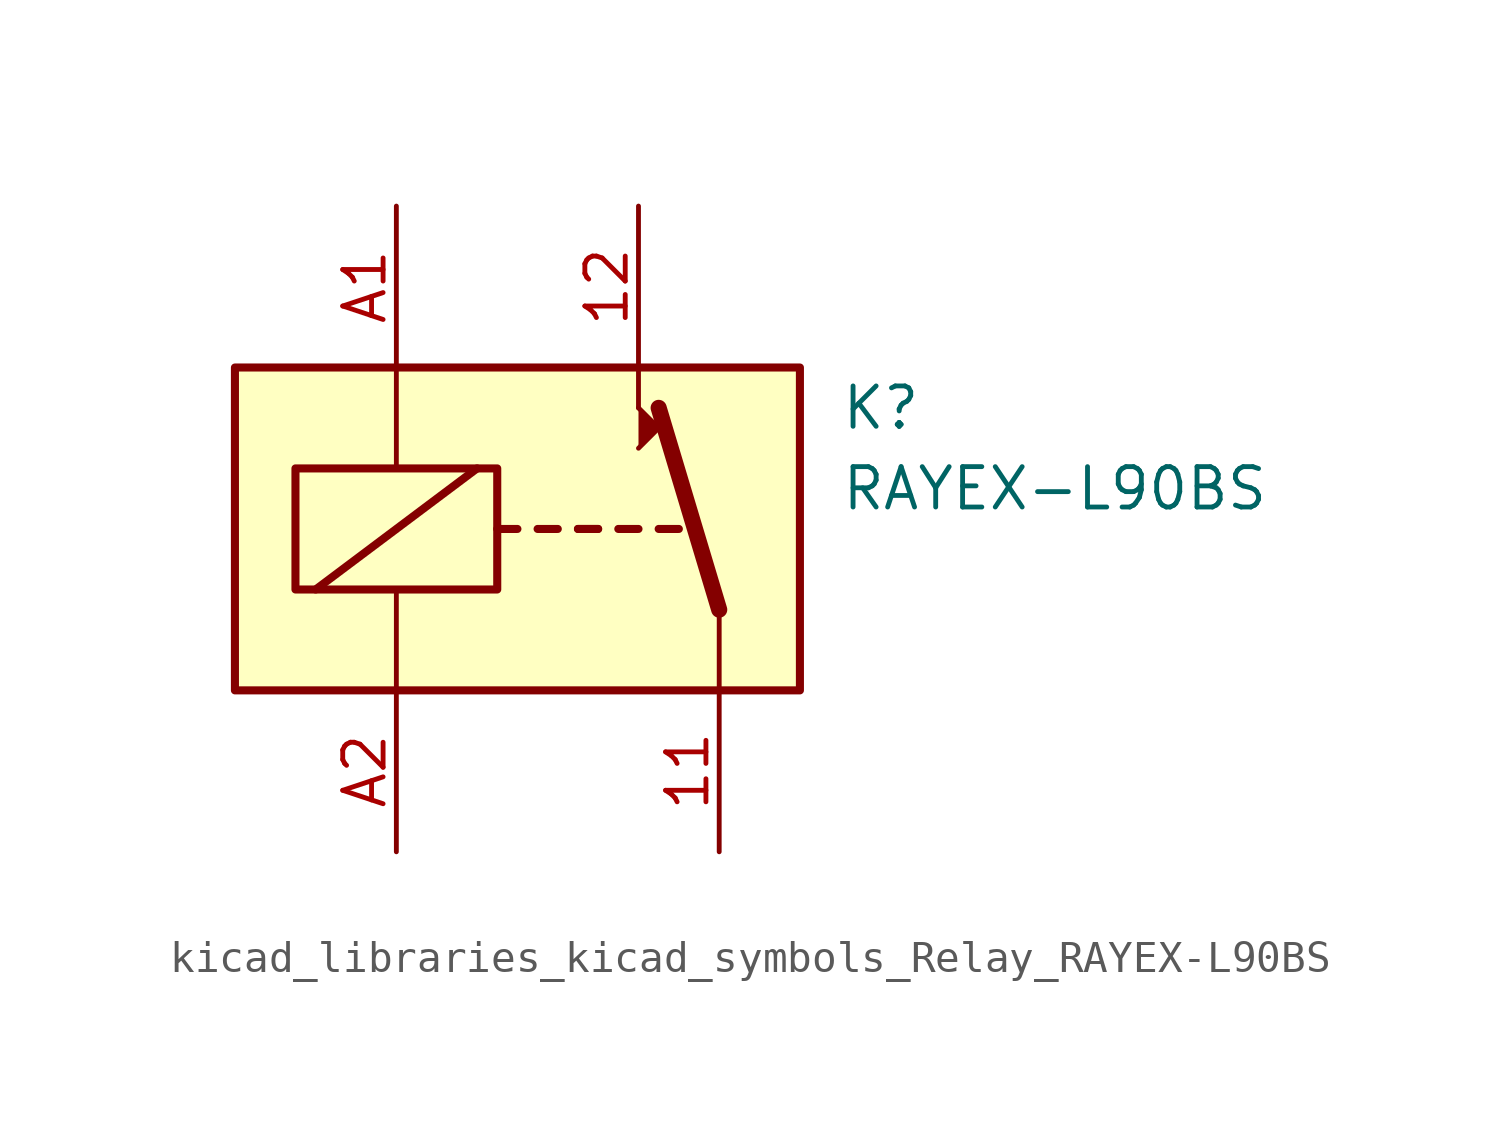
<source format=kicad_sym>
(kicad_symbol_lib
  (version 20220914)
  (generator kicad_symbol_editor)
  (symbol "kicad_libraries_kicad_symbols_Relay_RAYEX-L90BS"
    (property "Reference" "K"
      (at 8.89 3.81 0)
      (effects (font (size 1.27 1.27)) (justify left)))
    (property "Value" "RAYEX-L90BS"
      (at 8.89 1.27 0)
      (effects (font (size 1.27 1.27)) (justify left)))
    (symbol "kicad_libraries_kicad_symbols_Relay_RAYEX-L90BS_1_0"
      (polyline (pts (xy 2.54 3.81) (xy 2.54 5.08)) (stroke (width 0) (type default)) (fill (type none))))
    (symbol "kicad_libraries_kicad_symbols_Relay_RAYEX-L90BS_1_1"
      (rectangle (start -10.16 5.08) (end 7.62 -5.08) (stroke (width 0.254) (type default)) (fill (type background)))
      (rectangle (start -8.255 1.905) (end -1.905 -1.905) (stroke (width 0.254) (type default)) (fill (type none)))
      (polyline (pts (xy -7.62 -1.905) (xy -2.54 1.905)) (stroke (width 0.254) (type default)) (fill (type none)))
      (polyline (pts (xy -5.08 -5.08) (xy -5.08 -1.905)) (stroke (width 0) (type default)) (fill (type none)))
      (polyline (pts (xy -5.08 5.08) (xy -5.08 1.905)) (stroke (width 0) (type default)) (fill (type none)))
      (polyline (pts (xy -1.905 0) (xy -1.27 0)) (stroke (width 0.254) (type default)) (fill (type none)))
      (polyline (pts (xy -0.635 0) (xy 0 0)) (stroke (width 0.254) (type default)) (fill (type none)))
      (polyline (pts (xy 0.635 0) (xy 1.27 0)) (stroke (width 0.254) (type default)) (fill (type none)))
      (polyline (pts (xy 0.635 0) (xy 1.27 0)) (stroke (width 0.254) (type default)) (fill (type none)))
      (polyline (pts (xy 1.905 0) (xy 2.54 0)) (stroke (width 0.254) (type default)) (fill (type none)))
      (polyline (pts (xy 3.175 0) (xy 3.81 0)) (stroke (width 0.254) (type default)) (fill (type none)))
      (polyline (pts (xy 5.08 -2.54) (xy 3.175 3.81)) (stroke (width 0.508) (type default)) (fill (type none)))
      (polyline (pts (xy 5.08 -2.54) (xy 5.08 -5.08)) (stroke (width 0) (type default)) (fill (type none)))
      (polyline (pts (xy 2.54 2.54) (xy 3.175 3.175) (xy 2.54 3.81)) (stroke (width 0) (type default)) (fill (type outline)))
      (pin passive line (at 5.08 -10.16 90) (length 5.08) (name "~" (effects (font (size 1.27 1.27)))) (number "11" (effects (font (size 1.27 1.27)))))
      (pin passive line (at 2.54 10.16 270) (length 5.08) (name "~" (effects (font (size 1.27 1.27)))) (number "12" (effects (font (size 1.27 1.27)))))
      (pin passive line (at -5.08 10.16 270) (length 5.08) (name "~" (effects (font (size 1.27 1.27)))) (number "A1" (effects (font (size 1.27 1.27)))))
      (pin passive line (at -5.08 -10.16 90) (length 5.08) (name "~" (effects (font (size 1.27 1.27)))) (number "A2" (effects (font (size 1.27 1.27))))))))
</source>
